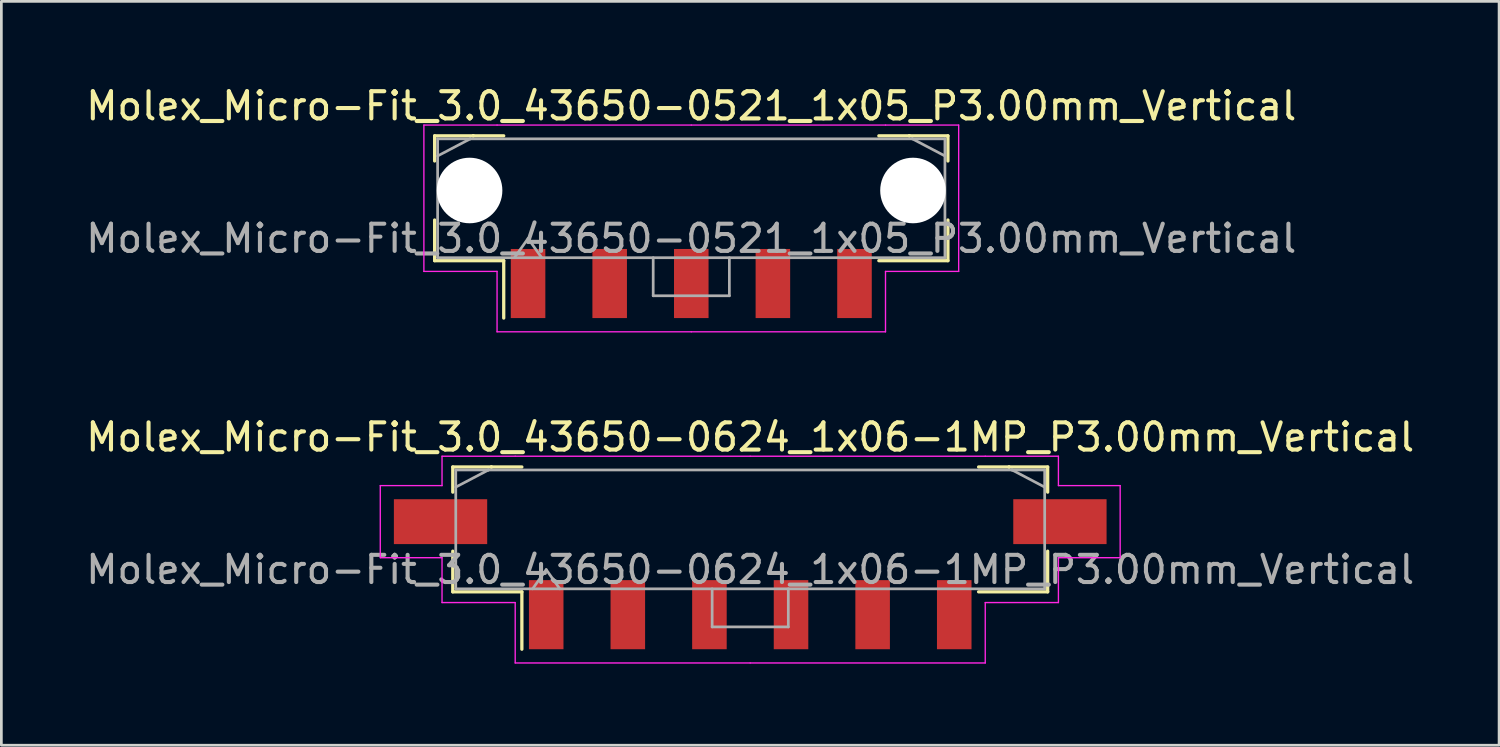
<source format=kicad_pcb>
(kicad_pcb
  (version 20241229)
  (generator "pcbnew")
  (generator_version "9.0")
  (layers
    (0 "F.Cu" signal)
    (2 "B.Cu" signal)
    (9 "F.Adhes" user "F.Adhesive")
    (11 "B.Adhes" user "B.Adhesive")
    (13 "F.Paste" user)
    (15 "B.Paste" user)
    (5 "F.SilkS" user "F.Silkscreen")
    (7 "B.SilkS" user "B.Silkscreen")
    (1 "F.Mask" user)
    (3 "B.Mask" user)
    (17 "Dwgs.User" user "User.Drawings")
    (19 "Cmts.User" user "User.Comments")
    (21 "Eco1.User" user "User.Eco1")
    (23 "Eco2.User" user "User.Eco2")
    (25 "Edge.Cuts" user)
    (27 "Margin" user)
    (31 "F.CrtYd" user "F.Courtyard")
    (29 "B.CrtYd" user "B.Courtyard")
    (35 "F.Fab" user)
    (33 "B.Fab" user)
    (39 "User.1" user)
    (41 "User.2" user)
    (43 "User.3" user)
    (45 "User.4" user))
  (footprint "Molex_Micro-Fit_3.0_43650-0521_1x05_P3.00mm_Vertical"
    (layer "F.Cu")
    (at 22.363 4.238)
    (property "Reference" "Molex_Micro-Fit_3.0_43650-0521_1x05_P3.00mm_Vertical" (at 0 -3.39 0) (layer "F.SilkS") (effects (font (size 1 1) (thickness 0.15))))
    (attr smd)
    (fp_line (start -9.435 -2.295) (end -8.015 -2.295) (stroke (width 0.12) (type solid)) (layer "F.SilkS"))
    (fp_line (start -9.435 -1.37) (end -9.435 -2.295) (stroke (width 0.12) (type solid)) (layer "F.SilkS"))
    (fp_line (start -9.435 0.8) (end -9.435 2.295) (stroke (width 0.12) (type solid)) (layer "F.SilkS"))
    (fp_line (start -9.435 2.295) (end -6.895 2.295) (stroke (width 0.12) (type solid)) (layer "F.SilkS"))
    (fp_line (start -8.015 -2.295) (end -8.015 -2.295) (stroke (width 0.12) (type solid)) (layer "F.SilkS"))
    (fp_line (start -8.015 -2.295) (end -6.895 -2.295) (stroke (width 0.12) (type solid)) (layer "F.SilkS"))
    (fp_line (start -6.895 2.295) (end -6.895 4.405) (stroke (width 0.12) (type solid)) (layer "F.SilkS"))
    (fp_line (start 8.015 -2.295) (end 6.895 -2.295) (stroke (width 0.12) (type solid)) (layer "F.SilkS"))
    (fp_line (start 8.015 -2.295) (end 8.015 -2.295) (stroke (width 0.12) (type solid)) (layer "F.SilkS"))
    (fp_line (start 9.435 -2.295) (end 8.015 -2.295) (stroke (width 0.12) (type solid)) (layer "F.SilkS"))
    (fp_line (start 9.435 -1.37) (end 9.435 -2.295) (stroke (width 0.12) (type solid)) (layer "F.SilkS"))
    (fp_line (start 9.435 0.8) (end 9.435 2.295) (stroke (width 0.12) (type solid)) (layer "F.SilkS"))
    (fp_line (start 9.435 2.295) (end 6.895 2.295) (stroke (width 0.12) (type solid)) (layer "F.SilkS"))
    (fp_line (start -9.83 -2.69) (end -9.83 2.69) (stroke (width 0.05) (type solid)) (layer "F.CrtYd"))
    (fp_line (start -9.83 2.69) (end -7.14 2.69) (stroke (width 0.05) (type solid)) (layer "F.CrtYd"))
    (fp_line (start -7.14 -2.69) (end -9.83 -2.69) (stroke (width 0.05) (type solid)) (layer "F.CrtYd"))
    (fp_line (start -7.14 2.69) (end -7.14 4.91) (stroke (width 0.05) (type solid)) (layer "F.CrtYd"))
    (fp_line (start -7.14 4.91) (end 0 4.91) (stroke (width 0.05) (type solid)) (layer "F.CrtYd"))
    (fp_line (start 0 -2.69) (end -7.14 -2.69) (stroke (width 0.05) (type solid)) (layer "F.CrtYd"))
    (fp_line (start 0 -2.69) (end 7.14 -2.69) (stroke (width 0.05) (type solid)) (layer "F.CrtYd"))
    (fp_line (start 7.14 -2.69) (end 9.83 -2.69) (stroke (width 0.05) (type solid)) (layer "F.CrtYd"))
    (fp_line (start 7.14 2.69) (end 7.14 4.91) (stroke (width 0.05) (type solid)) (layer "F.CrtYd"))
    (fp_line (start 7.14 4.91) (end 0 4.91) (stroke (width 0.05) (type solid)) (layer "F.CrtYd"))
    (fp_line (start 9.83 -2.69) (end 9.83 2.69) (stroke (width 0.05) (type solid)) (layer "F.CrtYd"))
    (fp_line (start 9.83 2.69) (end 7.14 2.69) (stroke (width 0.05) (type solid)) (layer "F.CrtYd"))
    (fp_line (start -9.325 -2.185) (end -9.325 2.185) (stroke (width 0.1) (type solid)) (layer "F.Fab"))
    (fp_line (start -9.325 -1.555) (end -8.125 -2.185) (stroke (width 0.1) (type solid)) (layer "F.Fab"))
    (fp_line (start -9.325 2.185) (end 9.325 2.185) (stroke (width 0.1) (type solid)) (layer "F.Fab"))
    (fp_line (start -8.125 -2.185) (end -9.325 -2.185) (stroke (width 0.1) (type solid)) (layer "F.Fab"))
    (fp_line (start -8.125 -2.185) (end -8.125 -2.185) (stroke (width 0.1) (type solid)) (layer "F.Fab"))
    (fp_line (start -6.5 2.185) (end -6 1.478) (stroke (width 0.1) (type solid)) (layer "F.Fab"))
    (fp_line (start -6 1.478) (end -5.5 2.185) (stroke (width 0.1) (type solid)) (layer "F.Fab"))
    (fp_line (start -1.4 2.185) (end -1.4 3.585) (stroke (width 0.1) (type solid)) (layer "F.Fab"))
    (fp_line (start -1.4 3.585) (end 1.4 3.585) (stroke (width 0.1) (type solid)) (layer "F.Fab"))
    (fp_line (start 1.4 3.585) (end 1.4 2.185) (stroke (width 0.1) (type solid)) (layer "F.Fab"))
    (fp_line (start 8.125 -2.185) (end -8.125 -2.185) (stroke (width 0.1) (type solid)) (layer "F.Fab"))
    (fp_line (start 8.125 -2.185) (end 8.125 -2.185) (stroke (width 0.1) (type solid)) (layer "F.Fab"))
    (fp_line (start 9.325 -2.185) (end 8.125 -2.185) (stroke (width 0.1) (type solid)) (layer "F.Fab"))
    (fp_line (start 9.325 -1.555) (end 8.125 -2.185) (stroke (width 0.1) (type solid)) (layer "F.Fab"))
    (fp_line (start 9.325 2.185) (end 9.325 -2.185) (stroke (width 0.1) (type solid)) (layer "F.Fab"))
    (fp_text user "${REFERENCE}" (at 0 1.48 0) (layer "F.Fab") (effects (font (size 1 1) (thickness 0.15))))
    (pad "" np_thru_hole circle (at -8.15 -0.285) (size 2.41 2.41) (drill 2.41) (layers "*.Cu" "*.Mask"))
    (pad "" np_thru_hole circle (at 8.15 -0.285) (size 2.41 2.41) (drill 2.41) (layers "*.Cu" "*.Mask"))
    (pad "1" smd rect (at -6 3.135) (size 1.27 2.54) (layers "F.Cu" "F.Mask" "F.Paste"))
    (pad "2" smd rect (at -3 3.135) (size 1.27 2.54) (layers "F.Cu" "F.Mask" "F.Paste"))
    (pad "3" smd rect (at 0 3.135) (size 1.27 2.54) (layers "F.Cu" "F.Mask" "F.Paste"))
    (pad "4" smd rect (at 3 3.135) (size 1.27 2.54) (layers "F.Cu" "F.Mask" "F.Paste"))
    (pad "5" smd rect (at 6 3.135) (size 1.27 2.54) (layers "F.Cu" "F.Mask" "F.Paste")))
  (footprint "Molex_Micro-Fit_3.0_43650-0624_1x06-1MP_P3.00mm_Vertical"
    (layer "F.Cu")
    (at 24.53 16.412)
    (property "Reference" "Molex_Micro-Fit_3.0_43650-0624_1x06-1MP_P3.00mm_Vertical" (at 0 -3.39 0) (layer "F.SilkS") (effects (font (size 1 1) (thickness 0.15))))
    (attr smd)
    (fp_line (start -10.935 -2.295) (end -9.515 -2.295) (stroke (width 0.12) (type solid)) (layer "F.SilkS"))
    (fp_line (start -10.935 -1.37) (end -10.935 -2.295) (stroke (width 0.12) (type solid)) (layer "F.SilkS"))
    (fp_line (start -10.935 0.8) (end -10.935 2.295) (stroke (width 0.12) (type solid)) (layer "F.SilkS"))
    (fp_line (start -10.935 2.295) (end -8.395 2.295) (stroke (width 0.12) (type solid)) (layer "F.SilkS"))
    (fp_line (start -9.515 -2.295) (end -9.515 -2.295) (stroke (width 0.12) (type solid)) (layer "F.SilkS"))
    (fp_line (start -9.515 -2.295) (end -8.395 -2.295) (stroke (width 0.12) (type solid)) (layer "F.SilkS"))
    (fp_line (start -8.395 2.295) (end -8.395 4.405) (stroke (width 0.12) (type solid)) (layer "F.SilkS"))
    (fp_line (start 9.515 -2.295) (end 8.395 -2.295) (stroke (width 0.12) (type solid)) (layer "F.SilkS"))
    (fp_line (start 9.515 -2.295) (end 9.515 -2.295) (stroke (width 0.12) (type solid)) (layer "F.SilkS"))
    (fp_line (start 10.935 -2.295) (end 9.515 -2.295) (stroke (width 0.12) (type solid)) (layer "F.SilkS"))
    (fp_line (start 10.935 -1.37) (end 10.935 -2.295) (stroke (width 0.12) (type solid)) (layer "F.SilkS"))
    (fp_line (start 10.935 0.8) (end 10.935 2.295) (stroke (width 0.12) (type solid)) (layer "F.SilkS"))
    (fp_line (start 10.935 2.295) (end 8.395 2.295) (stroke (width 0.12) (type solid)) (layer "F.SilkS"))
    (fp_line (start -13.6 -1.61) (end -13.6 1.04) (stroke (width 0.05) (type solid)) (layer "F.CrtYd"))
    (fp_line (start -13.6 1.04) (end -11.33 1.04) (stroke (width 0.05) (type solid)) (layer "F.CrtYd"))
    (fp_line (start -11.33 -2.69) (end -11.33 -1.61) (stroke (width 0.05) (type solid)) (layer "F.CrtYd"))
    (fp_line (start -11.33 -1.61) (end -13.6 -1.61) (stroke (width 0.05) (type solid)) (layer "F.CrtYd"))
    (fp_line (start -11.33 1.04) (end -11.33 2.69) (stroke (width 0.05) (type solid)) (layer "F.CrtYd"))
    (fp_line (start -11.33 2.69) (end -8.64 2.69) (stroke (width 0.05) (type solid)) (layer "F.CrtYd"))
    (fp_line (start -8.64 -2.69) (end -11.33 -2.69) (stroke (width 0.05) (type solid)) (layer "F.CrtYd"))
    (fp_line (start -8.64 2.69) (end -8.64 4.91) (stroke (width 0.05) (type solid)) (layer "F.CrtYd"))
    (fp_line (start -8.64 4.91) (end 0 4.91) (stroke (width 0.05) (type solid)) (layer "F.CrtYd"))
    (fp_line (start 0 -2.69) (end -8.64 -2.69) (stroke (width 0.05) (type solid)) (layer "F.CrtYd"))
    (fp_line (start 0 -2.69) (end 8.64 -2.69) (stroke (width 0.05) (type solid)) (layer "F.CrtYd"))
    (fp_line (start 8.64 -2.69) (end 11.33 -2.69) (stroke (width 0.05) (type solid)) (layer "F.CrtYd"))
    (fp_line (start 8.64 2.69) (end 8.64 4.91) (stroke (width 0.05) (type solid)) (layer "F.CrtYd"))
    (fp_line (start 8.64 4.91) (end 0 4.91) (stroke (width 0.05) (type solid)) (layer "F.CrtYd"))
    (fp_line (start 11.33 -2.69) (end 11.33 -1.61) (stroke (width 0.05) (type solid)) (layer "F.CrtYd"))
    (fp_line (start 11.33 -1.61) (end 13.6 -1.61) (stroke (width 0.05) (type solid)) (layer "F.CrtYd"))
    (fp_line (start 11.33 1.04) (end 11.33 2.69) (stroke (width 0.05) (type solid)) (layer "F.CrtYd"))
    (fp_line (start 11.33 2.69) (end 8.64 2.69) (stroke (width 0.05) (type solid)) (layer "F.CrtYd"))
    (fp_line (start 13.6 -1.61) (end 13.6 1.04) (stroke (width 0.05) (type solid)) (layer "F.CrtYd"))
    (fp_line (start 13.6 1.04) (end 11.33 1.04) (stroke (width 0.05) (type solid)) (layer "F.CrtYd"))
    (fp_line (start -10.825 -2.185) (end -10.825 2.185) (stroke (width 0.1) (type solid)) (layer "F.Fab"))
    (fp_line (start -10.825 -1.555) (end -9.625 -2.185) (stroke (width 0.1) (type solid)) (layer "F.Fab"))
    (fp_line (start -10.825 2.185) (end 10.825 2.185) (stroke (width 0.1) (type solid)) (layer "F.Fab"))
    (fp_line (start -9.625 -2.185) (end -10.825 -2.185) (stroke (width 0.1) (type solid)) (layer "F.Fab"))
    (fp_line (start -9.625 -2.185) (end -9.625 -2.185) (stroke (width 0.1) (type solid)) (layer "F.Fab"))
    (fp_line (start -8 2.185) (end -7.5 1.478) (stroke (width 0.1) (type solid)) (layer "F.Fab"))
    (fp_line (start -7.5 1.478) (end -7 2.185) (stroke (width 0.1) (type solid)) (layer "F.Fab"))
    (fp_line (start -1.4 2.185) (end -1.4 3.585) (stroke (width 0.1) (type solid)) (layer "F.Fab"))
    (fp_line (start -1.4 3.585) (end 1.4 3.585) (stroke (width 0.1) (type solid)) (layer "F.Fab"))
    (fp_line (start 1.4 3.585) (end 1.4 2.185) (stroke (width 0.1) (type solid)) (layer "F.Fab"))
    (fp_line (start 9.625 -2.185) (end -9.625 -2.185) (stroke (width 0.1) (type solid)) (layer "F.Fab"))
    (fp_line (start 9.625 -2.185) (end 9.625 -2.185) (stroke (width 0.1) (type solid)) (layer "F.Fab"))
    (fp_line (start 10.825 -2.185) (end 9.625 -2.185) (stroke (width 0.1) (type solid)) (layer "F.Fab"))
    (fp_line (start 10.825 -1.555) (end 9.625 -2.185) (stroke (width 0.1) (type solid)) (layer "F.Fab"))
    (fp_line (start 10.825 2.185) (end 10.825 -2.185) (stroke (width 0.1) (type solid)) (layer "F.Fab"))
    (fp_text user "${REFERENCE}" (at 0 1.48 0) (layer "F.Fab") (effects (font (size 1 1) (thickness 0.15))))
    (pad "1" smd rect (at -7.5 3.135) (size 1.27 2.54) (layers "F.Cu" "F.Mask" "F.Paste"))
    (pad "2" smd rect (at -4.5 3.135) (size 1.27 2.54) (layers "F.Cu" "F.Mask" "F.Paste"))
    (pad "3" smd rect (at -1.5 3.135) (size 1.27 2.54) (layers "F.Cu" "F.Mask" "F.Paste"))
    (pad "4" smd rect (at 1.5 3.135) (size 1.27 2.54) (layers "F.Cu" "F.Mask" "F.Paste"))
    (pad "5" smd rect (at 4.5 3.135) (size 1.27 2.54) (layers "F.Cu" "F.Mask" "F.Paste"))
    (pad "6" smd rect (at 7.5 3.135) (size 1.27 2.54) (layers "F.Cu" "F.Mask" "F.Paste"))
    (pad "MP" smd rect (at -11.385 -0.285) (size 3.43 1.65) (layers "F.Cu" "F.Mask" "F.Paste"))
    (pad "MP" smd rect (at 11.385 -0.285) (size 3.43 1.65) (layers "F.Cu" "F.Mask" "F.Paste")))
  (gr_rect
    (start -3 -3)
    (end 52.06 24.346)
    (stroke (width 0.1) (type default))
    (fill no)
    (layer "Edge.Cuts")))
</source>
